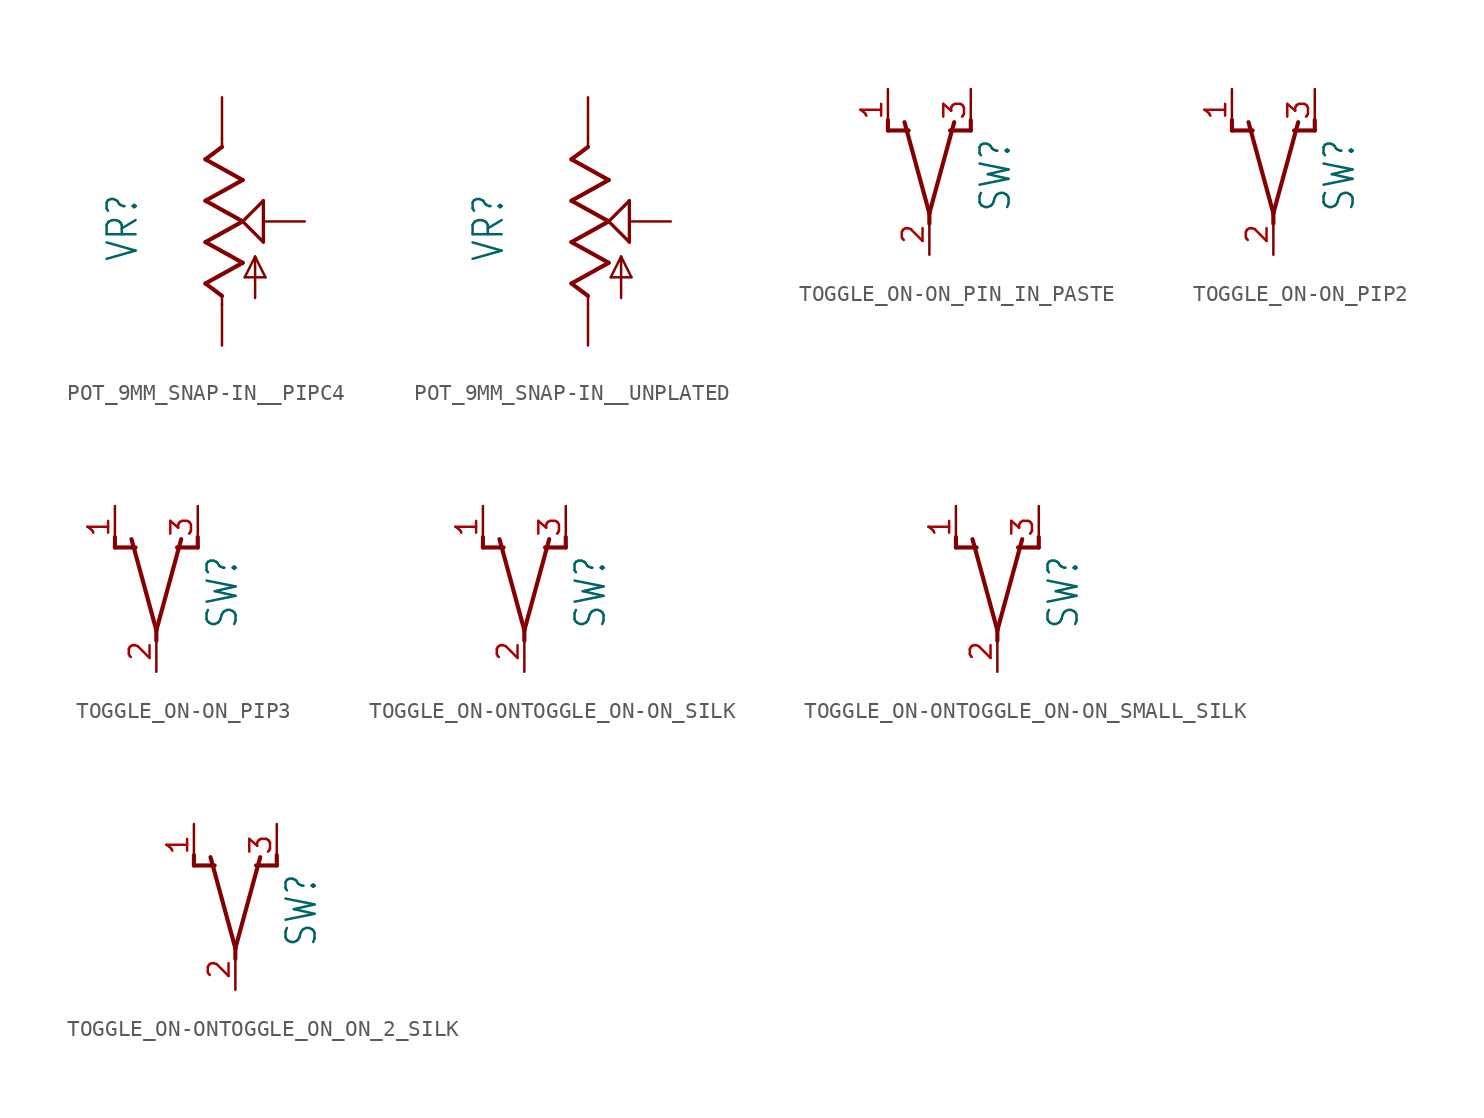
<source format=kicad_sym>
(kicad_symbol_lib
  (version 20231120)
  (generator "kicad_symbol_editor")
  (generator_version "8.0")
  (symbol "POT_9MM_SNAP-IN__PIPC4"
    (property "Reference" "VR"
      (at -5.08 -2.54 90)
      (effects (font (size 1.778 1.511)) (justify left bottom)))
    (property "Value" ""
      (at -2.54 -2.54 90)
      (effects (font (size 1.778 1.511)) (justify left bottom)))
    (property "ki_locked" ""
      (at 0 0 0)
      (effects (font (size 1.27 1.27))))
    (symbol "POT_9MM_SNAP-IN__PIPC4_1_0"
      (polyline (pts (xy -1.016 -3.81) (xy 1.27 -2.54)) (stroke (width 0.254) (type solid)) (fill (type none)))
      (polyline (pts (xy -1.016 -1.27) (xy 1.27 0)) (stroke (width 0.254) (type solid)) (fill (type none)))
      (polyline (pts (xy -1.016 1.27) (xy 1.27 2.54)) (stroke (width 0.254) (type solid)) (fill (type none)))
      (polyline (pts (xy -1.016 3.81) (xy 0 4.572)) (stroke (width 0.254) (type solid)) (fill (type none)))
      (polyline (pts (xy 0 -5.08) (xy 0 -4.572)) (stroke (width 0.152) (type solid)) (fill (type none)))
      (polyline (pts (xy 0 -4.572) (xy -1.016 -3.81)) (stroke (width 0.254) (type solid)) (fill (type none)))
      (polyline (pts (xy 0 4.572) (xy 0 5.08)) (stroke (width 0.152) (type solid)) (fill (type none)))
      (polyline (pts (xy 1.27 -2.54) (xy -1.016 -1.27)) (stroke (width 0.254) (type solid)) (fill (type none)))
      (polyline (pts (xy 1.27 0) (xy -1.016 1.27)) (stroke (width 0.254) (type solid)) (fill (type none)))
      (polyline (pts (xy 1.27 0) (xy 2.54 1.27)) (stroke (width 0.203) (type solid)) (fill (type none)))
      (polyline (pts (xy 1.27 2.54) (xy -1.016 3.81)) (stroke (width 0.254) (type solid)) (fill (type none)))
      (polyline (pts (xy 1.397 -3.429) (xy 2.032 -2.159)) (stroke (width 0.152) (type solid)) (fill (type none)))
      (polyline (pts (xy 2.032 -4.699) (xy 2.032 -2.159)) (stroke (width 0.152) (type solid)) (fill (type none)))
      (polyline (pts (xy 2.032 -2.159) (xy 2.667 -3.429)) (stroke (width 0.152) (type solid)) (fill (type none)))
      (polyline (pts (xy 2.54 -1.27) (xy 1.27 0)) (stroke (width 0.203) (type solid)) (fill (type none)))
      (polyline (pts (xy 2.54 1.27) (xy 2.54 -1.27)) (stroke (width 0.203) (type solid)) (fill (type none)))
      (polyline (pts (xy 2.667 -3.429) (xy 1.397 -3.429)) (stroke (width 0.152) (type solid)) (fill (type none)))
      (pin passive line (at 0 -7.62 90) (length 2.54) (name "1" (effects (font (size 0 0)))) (number "1" (effects (font (size 0 0)))))
      (pin passive line (at 5.08 0 180) (length 2.54) (name "2" (effects (font (size 0 0)))) (number "2" (effects (font (size 0 0)))))
      (pin passive line (at 0 7.62 270) (length 2.54) (name "3" (effects (font (size 0 0)))) (number "3" (effects (font (size 0 0)))))))
  (symbol "POT_9MM_SNAP-IN__UNPLATED"
    (property "Reference" "VR"
      (at -5.08 -2.54 90)
      (effects (font (size 1.778 1.511)) (justify left bottom)))
    (property "Value" ""
      (at -2.54 -2.54 90)
      (effects (font (size 1.778 1.511)) (justify left bottom)))
    (property "ki_locked" ""
      (at 0 0 0)
      (effects (font (size 1.27 1.27))))
    (symbol "POT_9MM_SNAP-IN__UNPLATED_1_0"
      (polyline (pts (xy -1.016 -3.81) (xy 1.27 -2.54)) (stroke (width 0.254) (type solid)) (fill (type none)))
      (polyline (pts (xy -1.016 -1.27) (xy 1.27 0)) (stroke (width 0.254) (type solid)) (fill (type none)))
      (polyline (pts (xy -1.016 1.27) (xy 1.27 2.54)) (stroke (width 0.254) (type solid)) (fill (type none)))
      (polyline (pts (xy -1.016 3.81) (xy 0 4.572)) (stroke (width 0.254) (type solid)) (fill (type none)))
      (polyline (pts (xy 0 -5.08) (xy 0 -4.572)) (stroke (width 0.152) (type solid)) (fill (type none)))
      (polyline (pts (xy 0 -4.572) (xy -1.016 -3.81)) (stroke (width 0.254) (type solid)) (fill (type none)))
      (polyline (pts (xy 0 4.572) (xy 0 5.08)) (stroke (width 0.152) (type solid)) (fill (type none)))
      (polyline (pts (xy 1.27 -2.54) (xy -1.016 -1.27)) (stroke (width 0.254) (type solid)) (fill (type none)))
      (polyline (pts (xy 1.27 0) (xy -1.016 1.27)) (stroke (width 0.254) (type solid)) (fill (type none)))
      (polyline (pts (xy 1.27 0) (xy 2.54 1.27)) (stroke (width 0.203) (type solid)) (fill (type none)))
      (polyline (pts (xy 1.27 2.54) (xy -1.016 3.81)) (stroke (width 0.254) (type solid)) (fill (type none)))
      (polyline (pts (xy 1.397 -3.429) (xy 2.032 -2.159)) (stroke (width 0.152) (type solid)) (fill (type none)))
      (polyline (pts (xy 2.032 -4.699) (xy 2.032 -2.159)) (stroke (width 0.152) (type solid)) (fill (type none)))
      (polyline (pts (xy 2.032 -2.159) (xy 2.667 -3.429)) (stroke (width 0.152) (type solid)) (fill (type none)))
      (polyline (pts (xy 2.54 -1.27) (xy 1.27 0)) (stroke (width 0.203) (type solid)) (fill (type none)))
      (polyline (pts (xy 2.54 1.27) (xy 2.54 -1.27)) (stroke (width 0.203) (type solid)) (fill (type none)))
      (polyline (pts (xy 2.667 -3.429) (xy 1.397 -3.429)) (stroke (width 0.152) (type solid)) (fill (type none)))
      (pin passive line (at 0 -7.62 90) (length 2.54) (name "1" (effects (font (size 0 0)))) (number "1" (effects (font (size 0 0)))))
      (pin passive line (at 5.08 0 180) (length 2.54) (name "2" (effects (font (size 0 0)))) (number "2" (effects (font (size 0 0)))))
      (pin passive line (at 0 7.62 270) (length 2.54) (name "3" (effects (font (size 0 0)))) (number "3" (effects (font (size 0 0)))))))
  (symbol "TOGGLE_ON-ON_PIN_IN_PASTE"
    (property "Reference" "SW"
      (at 5.08 -2.54 90)
      (effects (font (size 1.778 1.511)) (justify left bottom)))
    (property "Value" ""
      (at 7.62 -2.54 90)
      (effects (font (size 1.778 1.511)) (justify left bottom)))
    (property "ki_locked" ""
      (at 0 0 0)
      (effects (font (size 1.27 1.27))))
    (symbol "TOGGLE_ON-ON_PIN_IN_PASTE_1_0"
      (polyline (pts (xy -2.54 2.54) (xy -2.54 3.175)) (stroke (width 0.254) (type solid)) (fill (type none)))
      (polyline (pts (xy -2.54 2.54) (xy -1.27 2.54)) (stroke (width 0.254) (type solid)) (fill (type none)))
      (polyline (pts (xy 0 -3.175) (xy 0 -2.54)) (stroke (width 0.254) (type solid)) (fill (type none)))
      (polyline (pts (xy 0 -2.54) (xy -1.524 3.048)) (stroke (width 0.254) (type solid)) (fill (type none)))
      (polyline (pts (xy 0 -2.54) (xy 1.524 3.048)) (stroke (width 0.254) (type solid)) (fill (type none)))
      (polyline (pts (xy 1.27 2.54) (xy 2.54 2.54)) (stroke (width 0.254) (type solid)) (fill (type none)))
      (polyline (pts (xy 2.54 2.54) (xy 2.54 3.175)) (stroke (width 0.254) (type solid)) (fill (type none)))
      (pin passive line (at -2.54 5.08 270) (length 2.54) (name "O" (effects (font (size 0 0)))) (number "1" (effects (font (size 1.27 1.27)))))
      (pin passive line (at 0 -5.08 90) (length 2.54) (name "P" (effects (font (size 0 0)))) (number "2" (effects (font (size 1.27 1.27)))))
      (pin passive line (at 2.54 5.08 270) (length 2.54) (name "S" (effects (font (size 0 0)))) (number "3" (effects (font (size 1.27 1.27)))))))
  (symbol "TOGGLE_ON-ON_PIP2"
    (property "Reference" "SW"
      (at 5.08 -2.54 90)
      (effects (font (size 1.778 1.511)) (justify left bottom)))
    (property "Value" ""
      (at 7.62 -2.54 90)
      (effects (font (size 1.778 1.511)) (justify left bottom)))
    (property "ki_locked" ""
      (at 0 0 0)
      (effects (font (size 1.27 1.27))))
    (symbol "TOGGLE_ON-ON_PIP2_1_0"
      (polyline (pts (xy -2.54 2.54) (xy -2.54 3.175)) (stroke (width 0.254) (type solid)) (fill (type none)))
      (polyline (pts (xy -2.54 2.54) (xy -1.27 2.54)) (stroke (width 0.254) (type solid)) (fill (type none)))
      (polyline (pts (xy 0 -3.175) (xy 0 -2.54)) (stroke (width 0.254) (type solid)) (fill (type none)))
      (polyline (pts (xy 0 -2.54) (xy -1.524 3.048)) (stroke (width 0.254) (type solid)) (fill (type none)))
      (polyline (pts (xy 0 -2.54) (xy 1.524 3.048)) (stroke (width 0.254) (type solid)) (fill (type none)))
      (polyline (pts (xy 1.27 2.54) (xy 2.54 2.54)) (stroke (width 0.254) (type solid)) (fill (type none)))
      (polyline (pts (xy 2.54 2.54) (xy 2.54 3.175)) (stroke (width 0.254) (type solid)) (fill (type none)))
      (pin passive line (at -2.54 5.08 270) (length 2.54) (name "O" (effects (font (size 0 0)))) (number "1" (effects (font (size 1.27 1.27)))))
      (pin passive line (at 0 -5.08 90) (length 2.54) (name "P" (effects (font (size 0 0)))) (number "2" (effects (font (size 1.27 1.27)))))
      (pin passive line (at 2.54 5.08 270) (length 2.54) (name "S" (effects (font (size 0 0)))) (number "3" (effects (font (size 1.27 1.27)))))))
  (symbol "TOGGLE_ON-ON_PIP3"
    (property "Reference" "SW"
      (at 5.08 -2.54 90)
      (effects (font (size 1.778 1.511)) (justify left bottom)))
    (property "Value" ""
      (at 7.62 -2.54 90)
      (effects (font (size 1.778 1.511)) (justify left bottom)))
    (property "ki_locked" ""
      (at 0 0 0)
      (effects (font (size 1.27 1.27))))
    (symbol "TOGGLE_ON-ON_PIP3_1_0"
      (polyline (pts (xy -2.54 2.54) (xy -2.54 3.175)) (stroke (width 0.254) (type solid)) (fill (type none)))
      (polyline (pts (xy -2.54 2.54) (xy -1.27 2.54)) (stroke (width 0.254) (type solid)) (fill (type none)))
      (polyline (pts (xy 0 -3.175) (xy 0 -2.54)) (stroke (width 0.254) (type solid)) (fill (type none)))
      (polyline (pts (xy 0 -2.54) (xy -1.524 3.048)) (stroke (width 0.254) (type solid)) (fill (type none)))
      (polyline (pts (xy 0 -2.54) (xy 1.524 3.048)) (stroke (width 0.254) (type solid)) (fill (type none)))
      (polyline (pts (xy 1.27 2.54) (xy 2.54 2.54)) (stroke (width 0.254) (type solid)) (fill (type none)))
      (polyline (pts (xy 2.54 2.54) (xy 2.54 3.175)) (stroke (width 0.254) (type solid)) (fill (type none)))
      (pin passive line (at -2.54 5.08 270) (length 2.54) (name "O" (effects (font (size 0 0)))) (number "1" (effects (font (size 1.27 1.27)))))
      (pin passive line (at 0 -5.08 90) (length 2.54) (name "P" (effects (font (size 0 0)))) (number "2" (effects (font (size 1.27 1.27)))))
      (pin passive line (at 2.54 5.08 270) (length 2.54) (name "S" (effects (font (size 0 0)))) (number "3" (effects (font (size 1.27 1.27)))))))
  (symbol "TOGGLE_ON-ONTOGGLE_ON-ON_SILK"
    (property "Reference" "SW"
      (at 5.08 -2.54 90)
      (effects (font (size 1.778 1.511)) (justify left bottom)))
    (property "Value" ""
      (at 7.62 -2.54 90)
      (effects (font (size 1.778 1.511)) (justify left bottom)))
    (property "ki_locked" ""
      (at 0 0 0)
      (effects (font (size 1.27 1.27))))
    (symbol "TOGGLE_ON-ONTOGGLE_ON-ON_SILK_1_0"
      (polyline (pts (xy -2.54 2.54) (xy -2.54 3.175)) (stroke (width 0.254) (type solid)) (fill (type none)))
      (polyline (pts (xy -2.54 2.54) (xy -1.27 2.54)) (stroke (width 0.254) (type solid)) (fill (type none)))
      (polyline (pts (xy 0 -3.175) (xy 0 -2.54)) (stroke (width 0.254) (type solid)) (fill (type none)))
      (polyline (pts (xy 0 -2.54) (xy -1.524 3.048)) (stroke (width 0.254) (type solid)) (fill (type none)))
      (polyline (pts (xy 0 -2.54) (xy 1.524 3.048)) (stroke (width 0.254) (type solid)) (fill (type none)))
      (polyline (pts (xy 1.27 2.54) (xy 2.54 2.54)) (stroke (width 0.254) (type solid)) (fill (type none)))
      (polyline (pts (xy 2.54 2.54) (xy 2.54 3.175)) (stroke (width 0.254) (type solid)) (fill (type none)))
      (pin passive line (at -2.54 5.08 270) (length 2.54) (name "O" (effects (font (size 0 0)))) (number "1" (effects (font (size 1.27 1.27)))))
      (pin passive line (at 0 -5.08 90) (length 2.54) (name "P" (effects (font (size 0 0)))) (number "2" (effects (font (size 1.27 1.27)))))
      (pin passive line (at 2.54 5.08 270) (length 2.54) (name "S" (effects (font (size 0 0)))) (number "3" (effects (font (size 1.27 1.27)))))))
  (symbol "TOGGLE_ON-ONTOGGLE_ON-ON_SMALL_SILK"
    (property "Reference" "SW"
      (at 5.08 -2.54 90)
      (effects (font (size 1.778 1.511)) (justify left bottom)))
    (property "Value" ""
      (at 7.62 -2.54 90)
      (effects (font (size 1.778 1.511)) (justify left bottom)))
    (property "ki_locked" ""
      (at 0 0 0)
      (effects (font (size 1.27 1.27))))
    (symbol "TOGGLE_ON-ONTOGGLE_ON-ON_SMALL_SILK_1_0"
      (polyline (pts (xy -2.54 2.54) (xy -2.54 3.175)) (stroke (width 0.254) (type solid)) (fill (type none)))
      (polyline (pts (xy -2.54 2.54) (xy -1.27 2.54)) (stroke (width 0.254) (type solid)) (fill (type none)))
      (polyline (pts (xy 0 -3.175) (xy 0 -2.54)) (stroke (width 0.254) (type solid)) (fill (type none)))
      (polyline (pts (xy 0 -2.54) (xy -1.524 3.048)) (stroke (width 0.254) (type solid)) (fill (type none)))
      (polyline (pts (xy 0 -2.54) (xy 1.524 3.048)) (stroke (width 0.254) (type solid)) (fill (type none)))
      (polyline (pts (xy 1.27 2.54) (xy 2.54 2.54)) (stroke (width 0.254) (type solid)) (fill (type none)))
      (polyline (pts (xy 2.54 2.54) (xy 2.54 3.175)) (stroke (width 0.254) (type solid)) (fill (type none)))
      (pin passive line (at -2.54 5.08 270) (length 2.54) (name "O" (effects (font (size 0 0)))) (number "1" (effects (font (size 1.27 1.27)))))
      (pin passive line (at 0 -5.08 90) (length 2.54) (name "P" (effects (font (size 0 0)))) (number "2" (effects (font (size 1.27 1.27)))))
      (pin passive line (at 2.54 5.08 270) (length 2.54) (name "S" (effects (font (size 0 0)))) (number "3" (effects (font (size 1.27 1.27)))))))
  (symbol "TOGGLE_ON-ONTOGGLE_ON_ON_2_SILK"
    (property "Reference" "SW"
      (at 5.08 -2.54 90)
      (effects (font (size 1.778 1.511)) (justify left bottom)))
    (property "Value" ""
      (at 7.62 -2.54 90)
      (effects (font (size 1.778 1.511)) (justify left bottom)))
    (property "ki_locked" ""
      (at 0 0 0)
      (effects (font (size 1.27 1.27))))
    (symbol "TOGGLE_ON-ONTOGGLE_ON_ON_2_SILK_1_0"
      (polyline (pts (xy -2.54 2.54) (xy -2.54 3.175)) (stroke (width 0.254) (type solid)) (fill (type none)))
      (polyline (pts (xy -2.54 2.54) (xy -1.27 2.54)) (stroke (width 0.254) (type solid)) (fill (type none)))
      (polyline (pts (xy 0 -3.175) (xy 0 -2.54)) (stroke (width 0.254) (type solid)) (fill (type none)))
      (polyline (pts (xy 0 -2.54) (xy -1.524 3.048)) (stroke (width 0.254) (type solid)) (fill (type none)))
      (polyline (pts (xy 0 -2.54) (xy 1.524 3.048)) (stroke (width 0.254) (type solid)) (fill (type none)))
      (polyline (pts (xy 1.27 2.54) (xy 2.54 2.54)) (stroke (width 0.254) (type solid)) (fill (type none)))
      (polyline (pts (xy 2.54 2.54) (xy 2.54 3.175)) (stroke (width 0.254) (type solid)) (fill (type none)))
      (pin passive line (at -2.54 5.08 270) (length 2.54) (name "O" (effects (font (size 0 0)))) (number "1" (effects (font (size 1.27 1.27)))))
      (pin passive line (at 0 -5.08 90) (length 2.54) (name "P" (effects (font (size 0 0)))) (number "2" (effects (font (size 1.27 1.27)))))
      (pin passive line (at 2.54 5.08 270) (length 2.54) (name "S" (effects (font (size 0 0)))) (number "3" (effects (font (size 1.27 1.27))))))))
</source>
